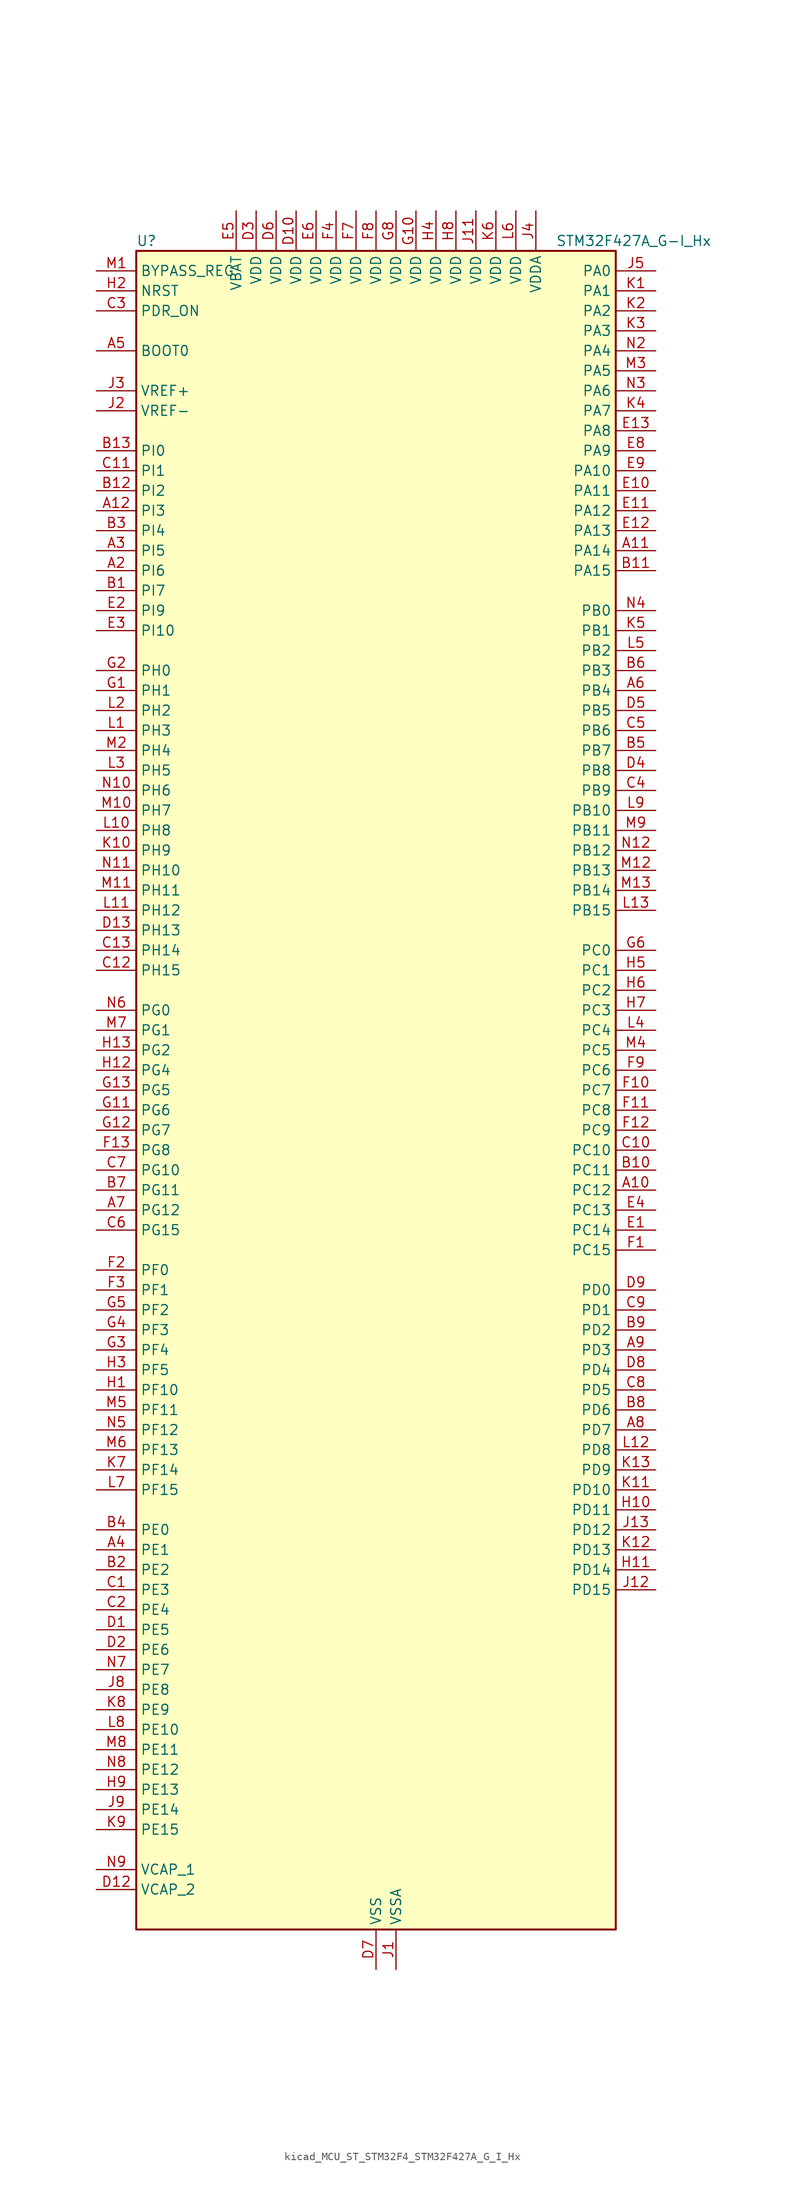
<source format=kicad_sym>
(kicad_symbol_lib
  (version 20220914)
  (generator kicad_symbol_editor)
  (symbol "kicad_MCU_ST_STM32F4_STM32F427A_G_I_Hx"
    (property "Reference" "U"
      (at -30.48 107.95 0)
      (effects (font (size 1.27 1.27)) (justify left)))
    (property "Value" "STM32F427A_G-I_Hx"
      (at 22.86 107.95 0)
      (effects (font (size 1.27 1.27)) (justify left)))
    (property "ki_locked" ""
      (at 0 0 0)
      (effects (font (size 1.27 1.27))))
    (symbol "kicad_MCU_ST_STM32F4_STM32F427A_G_I_Hx_0_1"
      (rectangle (start -30.48 -106.68) (end 30.48 106.68) (stroke (width 0.254) (type default)) (fill (type background))))
    (symbol "kicad_MCU_ST_STM32F4_STM32F427A_G_I_Hx_1_1"
      (pin no_connect line (at -30.48 -106.68 0) (length 5.08) hide (name "NC" (effects (font (size 1.27 1.27)))) (number "A1" (effects (font (size 1.27 1.27)))))
      (pin bidirectional line (at 35.56 -12.7 180) (length 5.08) (name "PC12" (effects (font (size 1.27 1.27)))) (number "A10" (effects (font (size 1.27 1.27)))) (alternate "DCMI_D9" bidirectional line) (alternate "I2S3_SD" bidirectional line) (alternate "SDIO_CK" bidirectional line) (alternate "SPI3_MOSI" bidirectional line) (alternate "UART5_TX" bidirectional line) (alternate "USART3_CK" bidirectional line))
      (pin bidirectional line (at 35.56 68.58 180) (length 5.08) (name "PA14" (effects (font (size 1.27 1.27)))) (number "A11" (effects (font (size 1.27 1.27)))) (alternate "SYS_JTCK-SWCLK" bidirectional line))
      (pin bidirectional line (at -35.56 73.66 0) (length 5.08) (name "PI3" (effects (font (size 1.27 1.27)))) (number "A12" (effects (font (size 1.27 1.27)))) (alternate "DCMI_D10" bidirectional line) (alternate "FMC_D27" bidirectional line) (alternate "I2S2_SD" bidirectional line) (alternate "SPI2_MOSI" bidirectional line) (alternate "TIM8_ETR" bidirectional line))
      (pin no_connect line (at -30.48 -104.14 0) (length 5.08) hide (name "NC" (effects (font (size 1.27 1.27)))) (number "A13" (effects (font (size 1.27 1.27)))))
      (pin bidirectional line (at -35.56 66.04 0) (length 5.08) (name "PI6" (effects (font (size 1.27 1.27)))) (number "A2" (effects (font (size 1.27 1.27)))) (alternate "DCMI_D6" bidirectional line) (alternate "FMC_D28" bidirectional line) (alternate "TIM8_CH2" bidirectional line))
      (pin bidirectional line (at -35.56 68.58 0) (length 5.08) (name "PI5" (effects (font (size 1.27 1.27)))) (number "A3" (effects (font (size 1.27 1.27)))) (alternate "DCMI_VSYNC" bidirectional line) (alternate "FMC_NBL3" bidirectional line) (alternate "TIM8_CH1" bidirectional line))
      (pin bidirectional line (at -35.56 -58.42 0) (length 5.08) (name "PE1" (effects (font (size 1.27 1.27)))) (number "A4" (effects (font (size 1.27 1.27)))) (alternate "DCMI_D3" bidirectional line) (alternate "FMC_NBL1" bidirectional line) (alternate "UART8_TX" bidirectional line))
      (pin input line (at -35.56 93.98 0) (length 5.08) (name "BOOT0" (effects (font (size 1.27 1.27)))) (number "A5" (effects (font (size 1.27 1.27)))))
      (pin bidirectional line (at 35.56 50.8 180) (length 5.08) (name "PB4" (effects (font (size 1.27 1.27)))) (number "A6" (effects (font (size 1.27 1.27)))) (alternate "I2S3_ext_SD" bidirectional line) (alternate "SPI1_MISO" bidirectional line) (alternate "SPI3_MISO" bidirectional line) (alternate "SYS_JTRST" bidirectional line) (alternate "TIM3_CH1" bidirectional line))
      (pin bidirectional line (at -35.56 -15.24 0) (length 5.08) (name "PG12" (effects (font (size 1.27 1.27)))) (number "A7" (effects (font (size 1.27 1.27)))) (alternate "FMC_NE4" bidirectional line) (alternate "USART6_RTS" bidirectional line))
      (pin bidirectional line (at 35.56 -43.18 180) (length 5.08) (name "PD7" (effects (font (size 1.27 1.27)))) (number "A8" (effects (font (size 1.27 1.27)))) (alternate "FMC_NCE2" bidirectional line) (alternate "FMC_NE1" bidirectional line) (alternate "USART2_CK" bidirectional line))
      (pin bidirectional line (at 35.56 -33.02 180) (length 5.08) (name "PD3" (effects (font (size 1.27 1.27)))) (number "A9" (effects (font (size 1.27 1.27)))) (alternate "DCMI_D5" bidirectional line) (alternate "FMC_CLK" bidirectional line) (alternate "I2S2_CK" bidirectional line) (alternate "SPI2_SCK" bidirectional line) (alternate "USART2_CTS" bidirectional line))
      (pin bidirectional line (at -35.56 63.5 0) (length 5.08) (name "PI7" (effects (font (size 1.27 1.27)))) (number "B1" (effects (font (size 1.27 1.27)))) (alternate "DCMI_D7" bidirectional line) (alternate "FMC_D29" bidirectional line) (alternate "TIM8_CH3" bidirectional line))
      (pin bidirectional line (at 35.56 -10.16 180) (length 5.08) (name "PC11" (effects (font (size 1.27 1.27)))) (number "B10" (effects (font (size 1.27 1.27)))) (alternate "ADC1_EXTI11" bidirectional line) (alternate "ADC2_EXTI11" bidirectional line) (alternate "ADC3_EXTI11" bidirectional line) (alternate "DCMI_D4" bidirectional line) (alternate "I2S3_ext_SD" bidirectional line) (alternate "SDIO_D3" bidirectional line) (alternate "SPI3_MISO" bidirectional line) (alternate "UART4_RX" bidirectional line) (alternate "USART3_RX" bidirectional line))
      (pin bidirectional line (at 35.56 66.04 180) (length 5.08) (name "PA15" (effects (font (size 1.27 1.27)))) (number "B11" (effects (font (size 1.27 1.27)))) (alternate "ADC1_EXTI15" bidirectional line) (alternate "ADC2_EXTI15" bidirectional line) (alternate "ADC3_EXTI15" bidirectional line) (alternate "I2S3_WS" bidirectional line) (alternate "SPI1_NSS" bidirectional line) (alternate "SPI3_NSS" bidirectional line) (alternate "SYS_JTDI" bidirectional line) (alternate "TIM2_CH1" bidirectional line) (alternate "TIM2_ETR" bidirectional line))
      (pin bidirectional line (at -35.56 76.2 0) (length 5.08) (name "PI2" (effects (font (size 1.27 1.27)))) (number "B12" (effects (font (size 1.27 1.27)))) (alternate "DCMI_D9" bidirectional line) (alternate "FMC_D26" bidirectional line) (alternate "I2S2_ext_SD" bidirectional line) (alternate "SPI2_MISO" bidirectional line) (alternate "TIM8_CH4" bidirectional line))
      (pin bidirectional line (at -35.56 81.28 0) (length 5.08) (name "PI0" (effects (font (size 1.27 1.27)))) (number "B13" (effects (font (size 1.27 1.27)))) (alternate "DCMI_D13" bidirectional line) (alternate "FMC_D24" bidirectional line) (alternate "I2S2_WS" bidirectional line) (alternate "SPI2_NSS" bidirectional line) (alternate "TIM5_CH4" bidirectional line))
      (pin bidirectional line (at -35.56 -60.96 0) (length 5.08) (name "PE2" (effects (font (size 1.27 1.27)))) (number "B2" (effects (font (size 1.27 1.27)))) (alternate "ETH_TXD3" bidirectional line) (alternate "FMC_A23" bidirectional line) (alternate "SAI1_MCLK_A" bidirectional line) (alternate "SPI4_SCK" bidirectional line) (alternate "SYS_TRACECLK" bidirectional line))
      (pin bidirectional line (at -35.56 71.12 0) (length 5.08) (name "PI4" (effects (font (size 1.27 1.27)))) (number "B3" (effects (font (size 1.27 1.27)))) (alternate "DCMI_D5" bidirectional line) (alternate "FMC_NBL2" bidirectional line) (alternate "TIM8_BKIN" bidirectional line))
      (pin bidirectional line (at -35.56 -55.88 0) (length 5.08) (name "PE0" (effects (font (size 1.27 1.27)))) (number "B4" (effects (font (size 1.27 1.27)))) (alternate "DCMI_D2" bidirectional line) (alternate "FMC_NBL0" bidirectional line) (alternate "TIM4_ETR" bidirectional line) (alternate "UART8_RX" bidirectional line))
      (pin bidirectional line (at 35.56 43.18 180) (length 5.08) (name "PB7" (effects (font (size 1.27 1.27)))) (number "B5" (effects (font (size 1.27 1.27)))) (alternate "DCMI_VSYNC" bidirectional line) (alternate "FMC_NL" bidirectional line) (alternate "I2C1_SDA" bidirectional line) (alternate "TIM4_CH2" bidirectional line) (alternate "USART1_RX" bidirectional line))
      (pin bidirectional line (at 35.56 53.34 180) (length 5.08) (name "PB3" (effects (font (size 1.27 1.27)))) (number "B6" (effects (font (size 1.27 1.27)))) (alternate "I2S3_CK" bidirectional line) (alternate "SPI1_SCK" bidirectional line) (alternate "SPI3_SCK" bidirectional line) (alternate "SYS_JTDO-SWO" bidirectional line) (alternate "TIM2_CH2" bidirectional line))
      (pin bidirectional line (at -35.56 -12.7 0) (length 5.08) (name "PG11" (effects (font (size 1.27 1.27)))) (number "B7" (effects (font (size 1.27 1.27)))) (alternate "ADC1_EXTI11" bidirectional line) (alternate "ADC2_EXTI11" bidirectional line) (alternate "ADC3_EXTI11" bidirectional line) (alternate "DCMI_D3" bidirectional line) (alternate "ETH_TX_EN" bidirectional line))
      (pin bidirectional line (at 35.56 -40.64 180) (length 5.08) (name "PD6" (effects (font (size 1.27 1.27)))) (number "B8" (effects (font (size 1.27 1.27)))) (alternate "DCMI_D10" bidirectional line) (alternate "FMC_NWAIT" bidirectional line) (alternate "I2S3_SD" bidirectional line) (alternate "SAI1_SD_A" bidirectional line) (alternate "SPI3_MOSI" bidirectional line) (alternate "USART2_RX" bidirectional line))
      (pin bidirectional line (at 35.56 -30.48 180) (length 5.08) (name "PD2" (effects (font (size 1.27 1.27)))) (number "B9" (effects (font (size 1.27 1.27)))) (alternate "DCMI_D11" bidirectional line) (alternate "SDIO_CMD" bidirectional line) (alternate "TIM3_ETR" bidirectional line) (alternate "UART5_RX" bidirectional line))
      (pin bidirectional line (at -35.56 -63.5 0) (length 5.08) (name "PE3" (effects (font (size 1.27 1.27)))) (number "C1" (effects (font (size 1.27 1.27)))) (alternate "FMC_A19" bidirectional line) (alternate "SAI1_SD_B" bidirectional line) (alternate "SYS_TRACED0" bidirectional line))
      (pin bidirectional line (at 35.56 -7.62 180) (length 5.08) (name "PC10" (effects (font (size 1.27 1.27)))) (number "C10" (effects (font (size 1.27 1.27)))) (alternate "DCMI_D8" bidirectional line) (alternate "I2S3_CK" bidirectional line) (alternate "SDIO_D2" bidirectional line) (alternate "SPI3_SCK" bidirectional line) (alternate "UART4_TX" bidirectional line) (alternate "USART3_TX" bidirectional line))
      (pin bidirectional line (at -35.56 78.74 0) (length 5.08) (name "PI1" (effects (font (size 1.27 1.27)))) (number "C11" (effects (font (size 1.27 1.27)))) (alternate "DCMI_D8" bidirectional line) (alternate "FMC_D25" bidirectional line) (alternate "I2S2_CK" bidirectional line) (alternate "SPI2_SCK" bidirectional line))
      (pin bidirectional line (at -35.56 15.24 0) (length 5.08) (name "PH15" (effects (font (size 1.27 1.27)))) (number "C12" (effects (font (size 1.27 1.27)))) (alternate "ADC1_EXTI15" bidirectional line) (alternate "ADC2_EXTI15" bidirectional line) (alternate "ADC3_EXTI15" bidirectional line) (alternate "DCMI_D11" bidirectional line) (alternate "FMC_D23" bidirectional line) (alternate "TIM8_CH3N" bidirectional line))
      (pin bidirectional line (at -35.56 17.78 0) (length 5.08) (name "PH14" (effects (font (size 1.27 1.27)))) (number "C13" (effects (font (size 1.27 1.27)))) (alternate "DCMI_D4" bidirectional line) (alternate "FMC_D22" bidirectional line) (alternate "TIM8_CH2N" bidirectional line))
      (pin bidirectional line (at -35.56 -66.04 0) (length 5.08) (name "PE4" (effects (font (size 1.27 1.27)))) (number "C2" (effects (font (size 1.27 1.27)))) (alternate "DCMI_D4" bidirectional line) (alternate "FMC_A20" bidirectional line) (alternate "SAI1_FS_A" bidirectional line) (alternate "SPI4_NSS" bidirectional line) (alternate "SYS_TRACED1" bidirectional line))
      (pin input line (at -35.56 99.06 0) (length 5.08) (name "PDR_ON" (effects (font (size 1.27 1.27)))) (number "C3" (effects (font (size 1.27 1.27)))))
      (pin bidirectional line (at 35.56 38.1 180) (length 5.08) (name "PB9" (effects (font (size 1.27 1.27)))) (number "C4" (effects (font (size 1.27 1.27)))) (alternate "CAN1_TX" bidirectional line) (alternate "DAC_EXTI9" bidirectional line) (alternate "DCMI_D7" bidirectional line) (alternate "I2C1_SDA" bidirectional line) (alternate "I2S2_WS" bidirectional line) (alternate "SDIO_D5" bidirectional line) (alternate "SPI2_NSS" bidirectional line) (alternate "TIM11_CH1" bidirectional line) (alternate "TIM4_CH4" bidirectional line))
      (pin bidirectional line (at 35.56 45.72 180) (length 5.08) (name "PB6" (effects (font (size 1.27 1.27)))) (number "C5" (effects (font (size 1.27 1.27)))) (alternate "CAN2_TX" bidirectional line) (alternate "DCMI_D5" bidirectional line) (alternate "FMC_SDNE1" bidirectional line) (alternate "I2C1_SCL" bidirectional line) (alternate "TIM4_CH1" bidirectional line) (alternate "USART1_TX" bidirectional line))
      (pin bidirectional line (at -35.56 -17.78 0) (length 5.08) (name "PG15" (effects (font (size 1.27 1.27)))) (number "C6" (effects (font (size 1.27 1.27)))) (alternate "ADC1_EXTI15" bidirectional line) (alternate "ADC2_EXTI15" bidirectional line) (alternate "ADC3_EXTI15" bidirectional line) (alternate "DCMI_D13" bidirectional line) (alternate "FMC_SDNCAS" bidirectional line) (alternate "USART6_CTS" bidirectional line))
      (pin bidirectional line (at -35.56 -10.16 0) (length 5.08) (name "PG10" (effects (font (size 1.27 1.27)))) (number "C7" (effects (font (size 1.27 1.27)))) (alternate "DCMI_D2" bidirectional line) (alternate "FMC_NE3" bidirectional line))
      (pin bidirectional line (at 35.56 -38.1 180) (length 5.08) (name "PD5" (effects (font (size 1.27 1.27)))) (number "C8" (effects (font (size 1.27 1.27)))) (alternate "FMC_NWE" bidirectional line) (alternate "USART2_TX" bidirectional line))
      (pin bidirectional line (at 35.56 -27.94 180) (length 5.08) (name "PD1" (effects (font (size 1.27 1.27)))) (number "C9" (effects (font (size 1.27 1.27)))) (alternate "CAN1_TX" bidirectional line) (alternate "FMC_D3" bidirectional line) (alternate "FMC_DA3" bidirectional line))
      (pin bidirectional line (at -35.56 -68.58 0) (length 5.08) (name "PE5" (effects (font (size 1.27 1.27)))) (number "D1" (effects (font (size 1.27 1.27)))) (alternate "DCMI_D6" bidirectional line) (alternate "FMC_A21" bidirectional line) (alternate "SAI1_SCK_A" bidirectional line) (alternate "SPI4_MISO" bidirectional line) (alternate "SYS_TRACED2" bidirectional line) (alternate "TIM9_CH1" bidirectional line))
      (pin power_in line (at -10.16 111.76 270) (length 5.08) (name "VDD" (effects (font (size 1.27 1.27)))) (number "D10" (effects (font (size 1.27 1.27)))))
      (pin passive line (at 0 -111.76 90) (length 5.08) hide (name "VSS" (effects (font (size 1.27 1.27)))) (number "D11" (effects (font (size 1.27 1.27)))))
      (pin power_out line (at -35.56 -101.6 0) (length 5.08) (name "VCAP_2" (effects (font (size 1.27 1.27)))) (number "D12" (effects (font (size 1.27 1.27)))))
      (pin bidirectional line (at -35.56 20.32 0) (length 5.08) (name "PH13" (effects (font (size 1.27 1.27)))) (number "D13" (effects (font (size 1.27 1.27)))) (alternate "CAN1_TX" bidirectional line) (alternate "FMC_D21" bidirectional line) (alternate "TIM8_CH1N" bidirectional line))
      (pin bidirectional line (at -35.56 -71.12 0) (length 5.08) (name "PE6" (effects (font (size 1.27 1.27)))) (number "D2" (effects (font (size 1.27 1.27)))) (alternate "DCMI_D7" bidirectional line) (alternate "FMC_A22" bidirectional line) (alternate "SAI1_SD_A" bidirectional line) (alternate "SPI4_MOSI" bidirectional line) (alternate "SYS_TRACED3" bidirectional line) (alternate "TIM9_CH2" bidirectional line))
      (pin power_in line (at -15.24 111.76 270) (length 5.08) (name "VDD" (effects (font (size 1.27 1.27)))) (number "D3" (effects (font (size 1.27 1.27)))))
      (pin bidirectional line (at 35.56 40.64 180) (length 5.08) (name "PB8" (effects (font (size 1.27 1.27)))) (number "D4" (effects (font (size 1.27 1.27)))) (alternate "CAN1_RX" bidirectional line) (alternate "DCMI_D6" bidirectional line) (alternate "ETH_TXD3" bidirectional line) (alternate "I2C1_SCL" bidirectional line) (alternate "SDIO_D4" bidirectional line) (alternate "TIM10_CH1" bidirectional line) (alternate "TIM4_CH3" bidirectional line))
      (pin bidirectional line (at 35.56 48.26 180) (length 5.08) (name "PB5" (effects (font (size 1.27 1.27)))) (number "D5" (effects (font (size 1.27 1.27)))) (alternate "CAN2_RX" bidirectional line) (alternate "DCMI_D10" bidirectional line) (alternate "ETH_PPS_OUT" bidirectional line) (alternate "FMC_SDCKE1" bidirectional line) (alternate "I2C1_SMBA" bidirectional line) (alternate "I2S3_SD" bidirectional line) (alternate "SPI1_MOSI" bidirectional line) (alternate "SPI3_MOSI" bidirectional line) (alternate "TIM3_CH2" bidirectional line) (alternate "USB_OTG_HS_ULPI_D7" bidirectional line))
      (pin power_in line (at -12.7 111.76 270) (length 5.08) (name "VDD" (effects (font (size 1.27 1.27)))) (number "D6" (effects (font (size 1.27 1.27)))))
      (pin power_in line (at 0 -111.76 90) (length 5.08) (name "VSS" (effects (font (size 1.27 1.27)))) (number "D7" (effects (font (size 1.27 1.27)))))
      (pin bidirectional line (at 35.56 -35.56 180) (length 5.08) (name "PD4" (effects (font (size 1.27 1.27)))) (number "D8" (effects (font (size 1.27 1.27)))) (alternate "FMC_NOE" bidirectional line) (alternate "USART2_RTS" bidirectional line))
      (pin bidirectional line (at 35.56 -25.4 180) (length 5.08) (name "PD0" (effects (font (size 1.27 1.27)))) (number "D9" (effects (font (size 1.27 1.27)))) (alternate "CAN1_RX" bidirectional line) (alternate "FMC_D2" bidirectional line) (alternate "FMC_DA2" bidirectional line))
      (pin bidirectional line (at 35.56 -17.78 180) (length 5.08) (name "PC14" (effects (font (size 1.27 1.27)))) (number "E1" (effects (font (size 1.27 1.27)))) (alternate "RCC_OSC32_IN" bidirectional line))
      (pin bidirectional line (at 35.56 76.2 180) (length 5.08) (name "PA11" (effects (font (size 1.27 1.27)))) (number "E10" (effects (font (size 1.27 1.27)))) (alternate "ADC1_EXTI11" bidirectional line) (alternate "ADC2_EXTI11" bidirectional line) (alternate "ADC3_EXTI11" bidirectional line) (alternate "CAN1_RX" bidirectional line) (alternate "TIM1_CH4" bidirectional line) (alternate "USART1_CTS" bidirectional line) (alternate "USB_OTG_FS_DM" bidirectional line))
      (pin bidirectional line (at 35.56 73.66 180) (length 5.08) (name "PA12" (effects (font (size 1.27 1.27)))) (number "E11" (effects (font (size 1.27 1.27)))) (alternate "CAN1_TX" bidirectional line) (alternate "TIM1_ETR" bidirectional line) (alternate "USART1_RTS" bidirectional line) (alternate "USB_OTG_FS_DP" bidirectional line))
      (pin bidirectional line (at 35.56 71.12 180) (length 5.08) (name "PA13" (effects (font (size 1.27 1.27)))) (number "E12" (effects (font (size 1.27 1.27)))) (alternate "SYS_JTMS-SWDIO" bidirectional line))
      (pin bidirectional line (at 35.56 83.82 180) (length 5.08) (name "PA8" (effects (font (size 1.27 1.27)))) (number "E13" (effects (font (size 1.27 1.27)))) (alternate "I2C3_SCL" bidirectional line) (alternate "RCC_MCO_1" bidirectional line) (alternate "TIM1_CH1" bidirectional line) (alternate "USART1_CK" bidirectional line) (alternate "USB_OTG_FS_SOF" bidirectional line))
      (pin bidirectional line (at -35.56 60.96 0) (length 5.08) (name "PI9" (effects (font (size 1.27 1.27)))) (number "E2" (effects (font (size 1.27 1.27)))) (alternate "CAN1_RX" bidirectional line) (alternate "DAC_EXTI9" bidirectional line) (alternate "FMC_D30" bidirectional line))
      (pin bidirectional line (at -35.56 58.42 0) (length 5.08) (name "PI10" (effects (font (size 1.27 1.27)))) (number "E3" (effects (font (size 1.27 1.27)))) (alternate "ETH_RX_ER" bidirectional line) (alternate "FMC_D31" bidirectional line))
      (pin bidirectional line (at 35.56 -15.24 180) (length 5.08) (name "PC13" (effects (font (size 1.27 1.27)))) (number "E4" (effects (font (size 1.27 1.27)))) (alternate "RTC_AF1" bidirectional line))
      (pin power_in line (at -17.78 111.76 270) (length 5.08) (name "VBAT" (effects (font (size 1.27 1.27)))) (number "E5" (effects (font (size 1.27 1.27)))))
      (pin power_in line (at -7.62 111.76 270) (length 5.08) (name "VDD" (effects (font (size 1.27 1.27)))) (number "E6" (effects (font (size 1.27 1.27)))))
      (pin passive line (at 0 -111.76 90) (length 5.08) hide (name "VSS" (effects (font (size 1.27 1.27)))) (number "E7" (effects (font (size 1.27 1.27)))))
      (pin bidirectional line (at 35.56 81.28 180) (length 5.08) (name "PA9" (effects (font (size 1.27 1.27)))) (number "E8" (effects (font (size 1.27 1.27)))) (alternate "DAC_EXTI9" bidirectional line) (alternate "DCMI_D0" bidirectional line) (alternate "I2C3_SMBA" bidirectional line) (alternate "TIM1_CH2" bidirectional line) (alternate "USART1_TX" bidirectional line) (alternate "USB_OTG_FS_VBUS" bidirectional line))
      (pin bidirectional line (at 35.56 78.74 180) (length 5.08) (name "PA10" (effects (font (size 1.27 1.27)))) (number "E9" (effects (font (size 1.27 1.27)))) (alternate "DCMI_D1" bidirectional line) (alternate "TIM1_CH3" bidirectional line) (alternate "USART1_RX" bidirectional line) (alternate "USB_OTG_FS_ID" bidirectional line))
      (pin bidirectional line (at 35.56 -20.32 180) (length 5.08) (name "PC15" (effects (font (size 1.27 1.27)))) (number "F1" (effects (font (size 1.27 1.27)))) (alternate "ADC1_EXTI15" bidirectional line) (alternate "ADC2_EXTI15" bidirectional line) (alternate "ADC3_EXTI15" bidirectional line) (alternate "RCC_OSC32_OUT" bidirectional line))
      (pin bidirectional line (at 35.56 0 180) (length 5.08) (name "PC7" (effects (font (size 1.27 1.27)))) (number "F10" (effects (font (size 1.27 1.27)))) (alternate "DCMI_D1" bidirectional line) (alternate "I2S3_MCK" bidirectional line) (alternate "SDIO_D7" bidirectional line) (alternate "TIM3_CH2" bidirectional line) (alternate "TIM8_CH2" bidirectional line) (alternate "USART6_RX" bidirectional line))
      (pin bidirectional line (at 35.56 -2.54 180) (length 5.08) (name "PC8" (effects (font (size 1.27 1.27)))) (number "F11" (effects (font (size 1.27 1.27)))) (alternate "DCMI_D2" bidirectional line) (alternate "SDIO_D0" bidirectional line) (alternate "TIM3_CH3" bidirectional line) (alternate "TIM8_CH3" bidirectional line) (alternate "USART6_CK" bidirectional line))
      (pin bidirectional line (at 35.56 -5.08 180) (length 5.08) (name "PC9" (effects (font (size 1.27 1.27)))) (number "F12" (effects (font (size 1.27 1.27)))) (alternate "DAC_EXTI9" bidirectional line) (alternate "DCMI_D3" bidirectional line) (alternate "I2C3_SDA" bidirectional line) (alternate "I2S_CKIN" bidirectional line) (alternate "RCC_MCO_2" bidirectional line) (alternate "SDIO_D1" bidirectional line) (alternate "TIM3_CH4" bidirectional line) (alternate "TIM8_CH4" bidirectional line))
      (pin bidirectional line (at -35.56 -7.62 0) (length 5.08) (name "PG8" (effects (font (size 1.27 1.27)))) (number "F13" (effects (font (size 1.27 1.27)))) (alternate "ETH_PPS_OUT" bidirectional line) (alternate "FMC_SDCLK" bidirectional line) (alternate "USART6_RTS" bidirectional line))
      (pin bidirectional line (at -35.56 -22.86 0) (length 5.08) (name "PF0" (effects (font (size 1.27 1.27)))) (number "F2" (effects (font (size 1.27 1.27)))) (alternate "FMC_A0" bidirectional line) (alternate "I2C2_SDA" bidirectional line))
      (pin bidirectional line (at -35.56 -25.4 0) (length 5.08) (name "PF1" (effects (font (size 1.27 1.27)))) (number "F3" (effects (font (size 1.27 1.27)))) (alternate "FMC_A1" bidirectional line) (alternate "I2C2_SCL" bidirectional line))
      (pin power_in line (at -5.08 111.76 270) (length 5.08) (name "VDD" (effects (font (size 1.27 1.27)))) (number "F4" (effects (font (size 1.27 1.27)))))
      (pin passive line (at 0 -111.76 90) (length 5.08) hide (name "VSS" (effects (font (size 1.27 1.27)))) (number "F5" (effects (font (size 1.27 1.27)))))
      (pin passive line (at 0 -111.76 90) (length 5.08) hide (name "VSS" (effects (font (size 1.27 1.27)))) (number "F6" (effects (font (size 1.27 1.27)))))
      (pin power_in line (at -2.54 111.76 270) (length 5.08) (name "VDD" (effects (font (size 1.27 1.27)))) (number "F7" (effects (font (size 1.27 1.27)))))
      (pin power_in line (at 0 111.76 270) (length 5.08) (name "VDD" (effects (font (size 1.27 1.27)))) (number "F8" (effects (font (size 1.27 1.27)))))
      (pin bidirectional line (at 35.56 2.54 180) (length 5.08) (name "PC6" (effects (font (size 1.27 1.27)))) (number "F9" (effects (font (size 1.27 1.27)))) (alternate "DCMI_D0" bidirectional line) (alternate "I2S2_MCK" bidirectional line) (alternate "SDIO_D6" bidirectional line) (alternate "TIM3_CH1" bidirectional line) (alternate "TIM8_CH1" bidirectional line) (alternate "USART6_TX" bidirectional line))
      (pin bidirectional line (at -35.56 50.8 0) (length 5.08) (name "PH1" (effects (font (size 1.27 1.27)))) (number "G1" (effects (font (size 1.27 1.27)))) (alternate "RCC_OSC_OUT" bidirectional line))
      (pin power_in line (at 5.08 111.76 270) (length 5.08) (name "VDD" (effects (font (size 1.27 1.27)))) (number "G10" (effects (font (size 1.27 1.27)))))
      (pin bidirectional line (at -35.56 -2.54 0) (length 5.08) (name "PG6" (effects (font (size 1.27 1.27)))) (number "G11" (effects (font (size 1.27 1.27)))) (alternate "DCMI_D12" bidirectional line) (alternate "FMC_INT2" bidirectional line))
      (pin bidirectional line (at -35.56 -5.08 0) (length 5.08) (name "PG7" (effects (font (size 1.27 1.27)))) (number "G12" (effects (font (size 1.27 1.27)))) (alternate "DCMI_D13" bidirectional line) (alternate "USART6_CK" bidirectional line))
      (pin bidirectional line (at -35.56 0 0) (length 5.08) (name "PG5" (effects (font (size 1.27 1.27)))) (number "G13" (effects (font (size 1.27 1.27)))) (alternate "FMC_A15" bidirectional line) (alternate "FMC_BA1" bidirectional line))
      (pin bidirectional line (at -35.56 53.34 0) (length 5.08) (name "PH0" (effects (font (size 1.27 1.27)))) (number "G2" (effects (font (size 1.27 1.27)))) (alternate "RCC_OSC_IN" bidirectional line))
      (pin bidirectional line (at -35.56 -33.02 0) (length 5.08) (name "PF4" (effects (font (size 1.27 1.27)))) (number "G3" (effects (font (size 1.27 1.27)))) (alternate "ADC3_IN14" bidirectional line) (alternate "FMC_A4" bidirectional line))
      (pin bidirectional line (at -35.56 -30.48 0) (length 5.08) (name "PF3" (effects (font (size 1.27 1.27)))) (number "G4" (effects (font (size 1.27 1.27)))) (alternate "ADC3_IN9" bidirectional line) (alternate "FMC_A3" bidirectional line))
      (pin bidirectional line (at -35.56 -27.94 0) (length 5.08) (name "PF2" (effects (font (size 1.27 1.27)))) (number "G5" (effects (font (size 1.27 1.27)))) (alternate "FMC_A2" bidirectional line) (alternate "I2C2_SMBA" bidirectional line))
      (pin bidirectional line (at 35.56 17.78 180) (length 5.08) (name "PC0" (effects (font (size 1.27 1.27)))) (number "G6" (effects (font (size 1.27 1.27)))) (alternate "ADC1_IN10" bidirectional line) (alternate "ADC2_IN10" bidirectional line) (alternate "ADC3_IN10" bidirectional line) (alternate "FMC_SDNWE" bidirectional line) (alternate "USB_OTG_HS_ULPI_STP" bidirectional line))
      (pin passive line (at 0 -111.76 90) (length 5.08) hide (name "VSS" (effects (font (size 1.27 1.27)))) (number "G7" (effects (font (size 1.27 1.27)))))
      (pin power_in line (at 2.54 111.76 270) (length 5.08) (name "VDD" (effects (font (size 1.27 1.27)))) (number "G8" (effects (font (size 1.27 1.27)))))
      (pin passive line (at 0 -111.76 90) (length 5.08) hide (name "VSS" (effects (font (size 1.27 1.27)))) (number "G9" (effects (font (size 1.27 1.27)))))
      (pin bidirectional line (at -35.56 -38.1 0) (length 5.08) (name "PF10" (effects (font (size 1.27 1.27)))) (number "H1" (effects (font (size 1.27 1.27)))) (alternate "ADC3_IN8" bidirectional line) (alternate "DCMI_D11" bidirectional line))
      (pin bidirectional line (at 35.56 -53.34 180) (length 5.08) (name "PD11" (effects (font (size 1.27 1.27)))) (number "H10" (effects (font (size 1.27 1.27)))) (alternate "ADC1_EXTI11" bidirectional line) (alternate "ADC2_EXTI11" bidirectional line) (alternate "ADC3_EXTI11" bidirectional line) (alternate "FMC_A16" bidirectional line) (alternate "FMC_CLE" bidirectional line) (alternate "USART3_CTS" bidirectional line))
      (pin bidirectional line (at 35.56 -60.96 180) (length 5.08) (name "PD14" (effects (font (size 1.27 1.27)))) (number "H11" (effects (font (size 1.27 1.27)))) (alternate "FMC_D0" bidirectional line) (alternate "FMC_DA0" bidirectional line) (alternate "TIM4_CH3" bidirectional line))
      (pin bidirectional line (at -35.56 2.54 0) (length 5.08) (name "PG4" (effects (font (size 1.27 1.27)))) (number "H12" (effects (font (size 1.27 1.27)))) (alternate "FMC_A14" bidirectional line) (alternate "FMC_BA0" bidirectional line))
      (pin bidirectional line (at -35.56 5.08 0) (length 5.08) (name "PG2" (effects (font (size 1.27 1.27)))) (number "H13" (effects (font (size 1.27 1.27)))) (alternate "FMC_A12" bidirectional line))
      (pin input line (at -35.56 101.6 0) (length 5.08) (name "NRST" (effects (font (size 1.27 1.27)))) (number "H2" (effects (font (size 1.27 1.27)))))
      (pin bidirectional line (at -35.56 -35.56 0) (length 5.08) (name "PF5" (effects (font (size 1.27 1.27)))) (number "H3" (effects (font (size 1.27 1.27)))) (alternate "ADC3_IN15" bidirectional line) (alternate "FMC_A5" bidirectional line))
      (pin power_in line (at 7.62 111.76 270) (length 5.08) (name "VDD" (effects (font (size 1.27 1.27)))) (number "H4" (effects (font (size 1.27 1.27)))))
      (pin bidirectional line (at 35.56 15.24 180) (length 5.08) (name "PC1" (effects (font (size 1.27 1.27)))) (number "H5" (effects (font (size 1.27 1.27)))) (alternate "ADC1_IN11" bidirectional line) (alternate "ADC2_IN11" bidirectional line) (alternate "ADC3_IN11" bidirectional line) (alternate "ETH_MDC" bidirectional line))
      (pin bidirectional line (at 35.56 12.7 180) (length 5.08) (name "PC2" (effects (font (size 1.27 1.27)))) (number "H6" (effects (font (size 1.27 1.27)))) (alternate "ADC1_IN12" bidirectional line) (alternate "ADC2_IN12" bidirectional line) (alternate "ADC3_IN12" bidirectional line) (alternate "ETH_TXD2" bidirectional line) (alternate "FMC_SDNE0" bidirectional line) (alternate "I2S2_ext_SD" bidirectional line) (alternate "SPI2_MISO" bidirectional line) (alternate "USB_OTG_HS_ULPI_DIR" bidirectional line))
      (pin bidirectional line (at 35.56 10.16 180) (length 5.08) (name "PC3" (effects (font (size 1.27 1.27)))) (number "H7" (effects (font (size 1.27 1.27)))) (alternate "ADC1_IN13" bidirectional line) (alternate "ADC2_IN13" bidirectional line) (alternate "ADC3_IN13" bidirectional line) (alternate "ETH_TX_CLK" bidirectional line) (alternate "FMC_SDCKE0" bidirectional line) (alternate "I2S2_SD" bidirectional line) (alternate "SPI2_MOSI" bidirectional line) (alternate "USB_OTG_HS_ULPI_NXT" bidirectional line))
      (pin power_in line (at 10.16 111.76 270) (length 5.08) (name "VDD" (effects (font (size 1.27 1.27)))) (number "H8" (effects (font (size 1.27 1.27)))))
      (pin bidirectional line (at -35.56 -88.9 0) (length 5.08) (name "PE13" (effects (font (size 1.27 1.27)))) (number "H9" (effects (font (size 1.27 1.27)))) (alternate "FMC_D10" bidirectional line) (alternate "FMC_DA10" bidirectional line) (alternate "SPI4_MISO" bidirectional line) (alternate "TIM1_CH3" bidirectional line))
      (pin power_in line (at 2.54 -111.76 90) (length 5.08) (name "VSSA" (effects (font (size 1.27 1.27)))) (number "J1" (effects (font (size 1.27 1.27)))))
      (pin passive line (at 0 -111.76 90) (length 5.08) hide (name "VSS" (effects (font (size 1.27 1.27)))) (number "J10" (effects (font (size 1.27 1.27)))))
      (pin power_in line (at 12.7 111.76 270) (length 5.08) (name "VDD" (effects (font (size 1.27 1.27)))) (number "J11" (effects (font (size 1.27 1.27)))))
      (pin bidirectional line (at 35.56 -63.5 180) (length 5.08) (name "PD15" (effects (font (size 1.27 1.27)))) (number "J12" (effects (font (size 1.27 1.27)))) (alternate "ADC1_EXTI15" bidirectional line) (alternate "ADC2_EXTI15" bidirectional line) (alternate "ADC3_EXTI15" bidirectional line) (alternate "FMC_D1" bidirectional line) (alternate "FMC_DA1" bidirectional line) (alternate "TIM4_CH4" bidirectional line))
      (pin bidirectional line (at 35.56 -55.88 180) (length 5.08) (name "PD12" (effects (font (size 1.27 1.27)))) (number "J13" (effects (font (size 1.27 1.27)))) (alternate "FMC_A17" bidirectional line) (alternate "FMC_ALE" bidirectional line) (alternate "TIM4_CH1" bidirectional line) (alternate "USART3_RTS" bidirectional line))
      (pin input line (at -35.56 86.36 0) (length 5.08) (name "VREF-" (effects (font (size 1.27 1.27)))) (number "J2" (effects (font (size 1.27 1.27)))))
      (pin input line (at -35.56 88.9 0) (length 5.08) (name "VREF+" (effects (font (size 1.27 1.27)))) (number "J3" (effects (font (size 1.27 1.27)))))
      (pin power_in line (at 20.32 111.76 270) (length 5.08) (name "VDDA" (effects (font (size 1.27 1.27)))) (number "J4" (effects (font (size 1.27 1.27)))))
      (pin bidirectional line (at 35.56 104.14 180) (length 5.08) (name "PA0" (effects (font (size 1.27 1.27)))) (number "J5" (effects (font (size 1.27 1.27)))) (alternate "ADC1_IN0" bidirectional line) (alternate "ADC2_IN0" bidirectional line) (alternate "ADC3_IN0" bidirectional line) (alternate "ETH_CRS" bidirectional line) (alternate "SYS_WKUP" bidirectional line) (alternate "TIM2_CH1" bidirectional line) (alternate "TIM2_ETR" bidirectional line) (alternate "TIM5_CH1" bidirectional line) (alternate "TIM8_ETR" bidirectional line) (alternate "UART4_TX" bidirectional line) (alternate "USART2_CTS" bidirectional line))
      (pin passive line (at 0 -111.76 90) (length 5.08) hide (name "VSS" (effects (font (size 1.27 1.27)))) (number "J6" (effects (font (size 1.27 1.27)))))
      (pin passive line (at 0 -111.76 90) (length 5.08) hide (name "VSS" (effects (font (size 1.27 1.27)))) (number "J7" (effects (font (size 1.27 1.27)))))
      (pin bidirectional line (at -35.56 -76.2 0) (length 5.08) (name "PE8" (effects (font (size 1.27 1.27)))) (number "J8" (effects (font (size 1.27 1.27)))) (alternate "FMC_D5" bidirectional line) (alternate "FMC_DA5" bidirectional line) (alternate "TIM1_CH1N" bidirectional line) (alternate "UART7_TX" bidirectional line))
      (pin bidirectional line (at -35.56 -91.44 0) (length 5.08) (name "PE14" (effects (font (size 1.27 1.27)))) (number "J9" (effects (font (size 1.27 1.27)))) (alternate "FMC_D11" bidirectional line) (alternate "FMC_DA11" bidirectional line) (alternate "SPI4_MOSI" bidirectional line) (alternate "TIM1_CH4" bidirectional line))
      (pin bidirectional line (at 35.56 101.6 180) (length 5.08) (name "PA1" (effects (font (size 1.27 1.27)))) (number "K1" (effects (font (size 1.27 1.27)))) (alternate "ADC1_IN1" bidirectional line) (alternate "ADC2_IN1" bidirectional line) (alternate "ADC3_IN1" bidirectional line) (alternate "ETH_REF_CLK" bidirectional line) (alternate "ETH_RX_CLK" bidirectional line) (alternate "TIM2_CH2" bidirectional line) (alternate "TIM5_CH2" bidirectional line) (alternate "UART4_RX" bidirectional line) (alternate "USART2_RTS" bidirectional line))
      (pin bidirectional line (at -35.56 30.48 0) (length 5.08) (name "PH9" (effects (font (size 1.27 1.27)))) (number "K10" (effects (font (size 1.27 1.27)))) (alternate "DAC_EXTI9" bidirectional line) (alternate "DCMI_D0" bidirectional line) (alternate "FMC_D17" bidirectional line) (alternate "I2C3_SMBA" bidirectional line) (alternate "TIM12_CH2" bidirectional line))
      (pin bidirectional line (at 35.56 -50.8 180) (length 5.08) (name "PD10" (effects (font (size 1.27 1.27)))) (number "K11" (effects (font (size 1.27 1.27)))) (alternate "FMC_D15" bidirectional line) (alternate "FMC_DA15" bidirectional line) (alternate "USART3_CK" bidirectional line))
      (pin bidirectional line (at 35.56 -58.42 180) (length 5.08) (name "PD13" (effects (font (size 1.27 1.27)))) (number "K12" (effects (font (size 1.27 1.27)))) (alternate "FMC_A18" bidirectional line) (alternate "TIM4_CH2" bidirectional line))
      (pin bidirectional line (at 35.56 -48.26 180) (length 5.08) (name "PD9" (effects (font (size 1.27 1.27)))) (number "K13" (effects (font (size 1.27 1.27)))) (alternate "DAC_EXTI9" bidirectional line) (alternate "FMC_D14" bidirectional line) (alternate "FMC_DA14" bidirectional line) (alternate "USART3_RX" bidirectional line))
      (pin bidirectional line (at 35.56 99.06 180) (length 5.08) (name "PA2" (effects (font (size 1.27 1.27)))) (number "K2" (effects (font (size 1.27 1.27)))) (alternate "ADC1_IN2" bidirectional line) (alternate "ADC2_IN2" bidirectional line) (alternate "ADC3_IN2" bidirectional line) (alternate "ETH_MDIO" bidirectional line) (alternate "TIM2_CH3" bidirectional line) (alternate "TIM5_CH3" bidirectional line) (alternate "TIM9_CH1" bidirectional line) (alternate "USART2_TX" bidirectional line))
      (pin bidirectional line (at 35.56 96.52 180) (length 5.08) (name "PA3" (effects (font (size 1.27 1.27)))) (number "K3" (effects (font (size 1.27 1.27)))) (alternate "ADC1_IN3" bidirectional line) (alternate "ADC2_IN3" bidirectional line) (alternate "ADC3_IN3" bidirectional line) (alternate "ETH_COL" bidirectional line) (alternate "TIM2_CH4" bidirectional line) (alternate "TIM5_CH4" bidirectional line) (alternate "TIM9_CH2" bidirectional line) (alternate "USART2_RX" bidirectional line) (alternate "USB_OTG_HS_ULPI_D0" bidirectional line))
      (pin bidirectional line (at 35.56 86.36 180) (length 5.08) (name "PA7" (effects (font (size 1.27 1.27)))) (number "K4" (effects (font (size 1.27 1.27)))) (alternate "ADC1_IN7" bidirectional line) (alternate "ADC2_IN7" bidirectional line) (alternate "ETH_CRS_DV" bidirectional line) (alternate "ETH_RX_DV" bidirectional line) (alternate "SPI1_MOSI" bidirectional line) (alternate "TIM14_CH1" bidirectional line) (alternate "TIM1_CH1N" bidirectional line) (alternate "TIM3_CH2" bidirectional line) (alternate "TIM8_CH1N" bidirectional line))
      (pin bidirectional line (at 35.56 58.42 180) (length 5.08) (name "PB1" (effects (font (size 1.27 1.27)))) (number "K5" (effects (font (size 1.27 1.27)))) (alternate "ADC1_IN9" bidirectional line) (alternate "ADC2_IN9" bidirectional line) (alternate "ETH_RXD3" bidirectional line) (alternate "TIM1_CH3N" bidirectional line) (alternate "TIM3_CH4" bidirectional line) (alternate "TIM8_CH3N" bidirectional line) (alternate "USB_OTG_HS_ULPI_D2" bidirectional line))
      (pin power_in line (at 15.24 111.76 270) (length 5.08) (name "VDD" (effects (font (size 1.27 1.27)))) (number "K6" (effects (font (size 1.27 1.27)))))
      (pin bidirectional line (at -35.56 -48.26 0) (length 5.08) (name "PF14" (effects (font (size 1.27 1.27)))) (number "K7" (effects (font (size 1.27 1.27)))) (alternate "FMC_A8" bidirectional line))
      (pin bidirectional line (at -35.56 -78.74 0) (length 5.08) (name "PE9" (effects (font (size 1.27 1.27)))) (number "K8" (effects (font (size 1.27 1.27)))) (alternate "DAC_EXTI9" bidirectional line) (alternate "FMC_D6" bidirectional line) (alternate "FMC_DA6" bidirectional line) (alternate "TIM1_CH1" bidirectional line))
      (pin bidirectional line (at -35.56 -93.98 0) (length 5.08) (name "PE15" (effects (font (size 1.27 1.27)))) (number "K9" (effects (font (size 1.27 1.27)))) (alternate "ADC1_EXTI15" bidirectional line) (alternate "ADC2_EXTI15" bidirectional line) (alternate "ADC3_EXTI15" bidirectional line) (alternate "FMC_D12" bidirectional line) (alternate "FMC_DA12" bidirectional line) (alternate "TIM1_BKIN" bidirectional line))
      (pin bidirectional line (at -35.56 45.72 0) (length 5.08) (name "PH3" (effects (font (size 1.27 1.27)))) (number "L1" (effects (font (size 1.27 1.27)))) (alternate "ETH_COL" bidirectional line) (alternate "FMC_SDNE0" bidirectional line))
      (pin bidirectional line (at -35.56 33.02 0) (length 5.08) (name "PH8" (effects (font (size 1.27 1.27)))) (number "L10" (effects (font (size 1.27 1.27)))) (alternate "DCMI_HSYNC" bidirectional line) (alternate "FMC_D16" bidirectional line) (alternate "I2C3_SDA" bidirectional line))
      (pin bidirectional line (at -35.56 22.86 0) (length 5.08) (name "PH12" (effects (font (size 1.27 1.27)))) (number "L11" (effects (font (size 1.27 1.27)))) (alternate "DCMI_D3" bidirectional line) (alternate "FMC_D20" bidirectional line) (alternate "TIM5_CH3" bidirectional line))
      (pin bidirectional line (at 35.56 -45.72 180) (length 5.08) (name "PD8" (effects (font (size 1.27 1.27)))) (number "L12" (effects (font (size 1.27 1.27)))) (alternate "FMC_D13" bidirectional line) (alternate "FMC_DA13" bidirectional line) (alternate "USART3_TX" bidirectional line))
      (pin bidirectional line (at 35.56 22.86 180) (length 5.08) (name "PB15" (effects (font (size 1.27 1.27)))) (number "L13" (effects (font (size 1.27 1.27)))) (alternate "ADC1_EXTI15" bidirectional line) (alternate "ADC2_EXTI15" bidirectional line) (alternate "ADC3_EXTI15" bidirectional line) (alternate "I2S2_SD" bidirectional line) (alternate "RTC_REFIN" bidirectional line) (alternate "SPI2_MOSI" bidirectional line) (alternate "TIM12_CH2" bidirectional line) (alternate "TIM1_CH3N" bidirectional line) (alternate "TIM8_CH3N" bidirectional line) (alternate "USB_OTG_HS_DP" bidirectional line))
      (pin bidirectional line (at -35.56 48.26 0) (length 5.08) (name "PH2" (effects (font (size 1.27 1.27)))) (number "L2" (effects (font (size 1.27 1.27)))) (alternate "ETH_CRS" bidirectional line) (alternate "FMC_SDCKE0" bidirectional line))
      (pin bidirectional line (at -35.56 40.64 0) (length 5.08) (name "PH5" (effects (font (size 1.27 1.27)))) (number "L3" (effects (font (size 1.27 1.27)))) (alternate "FMC_SDNWE" bidirectional line) (alternate "I2C2_SDA" bidirectional line) (alternate "SPI5_NSS" bidirectional line))
      (pin bidirectional line (at 35.56 7.62 180) (length 5.08) (name "PC4" (effects (font (size 1.27 1.27)))) (number "L4" (effects (font (size 1.27 1.27)))) (alternate "ADC1_IN14" bidirectional line) (alternate "ADC2_IN14" bidirectional line) (alternate "ETH_RXD0" bidirectional line))
      (pin bidirectional line (at 35.56 55.88 180) (length 5.08) (name "PB2" (effects (font (size 1.27 1.27)))) (number "L5" (effects (font (size 1.27 1.27)))))
      (pin power_in line (at 17.78 111.76 270) (length 5.08) (name "VDD" (effects (font (size 1.27 1.27)))) (number "L6" (effects (font (size 1.27 1.27)))))
      (pin bidirectional line (at -35.56 -50.8 0) (length 5.08) (name "PF15" (effects (font (size 1.27 1.27)))) (number "L7" (effects (font (size 1.27 1.27)))) (alternate "ADC1_EXTI15" bidirectional line) (alternate "ADC2_EXTI15" bidirectional line) (alternate "ADC3_EXTI15" bidirectional line) (alternate "FMC_A9" bidirectional line))
      (pin bidirectional line (at -35.56 -81.28 0) (length 5.08) (name "PE10" (effects (font (size 1.27 1.27)))) (number "L8" (effects (font (size 1.27 1.27)))) (alternate "FMC_D7" bidirectional line) (alternate "FMC_DA7" bidirectional line) (alternate "TIM1_CH2N" bidirectional line))
      (pin bidirectional line (at 35.56 35.56 180) (length 5.08) (name "PB10" (effects (font (size 1.27 1.27)))) (number "L9" (effects (font (size 1.27 1.27)))) (alternate "ETH_RX_ER" bidirectional line) (alternate "I2C2_SCL" bidirectional line) (alternate "I2S2_CK" bidirectional line) (alternate "SPI2_SCK" bidirectional line) (alternate "TIM2_CH3" bidirectional line) (alternate "USART3_TX" bidirectional line) (alternate "USB_OTG_HS_ULPI_D3" bidirectional line))
      (pin input line (at -35.56 104.14 0) (length 5.08) (name "BYPASS_REG" (effects (font (size 1.27 1.27)))) (number "M1" (effects (font (size 1.27 1.27)))))
      (pin bidirectional line (at -35.56 35.56 0) (length 5.08) (name "PH7" (effects (font (size 1.27 1.27)))) (number "M10" (effects (font (size 1.27 1.27)))) (alternate "DCMI_D9" bidirectional line) (alternate "ETH_RXD3" bidirectional line) (alternate "FMC_SDCKE1" bidirectional line) (alternate "I2C3_SCL" bidirectional line) (alternate "SPI5_MISO" bidirectional line))
      (pin bidirectional line (at -35.56 25.4 0) (length 5.08) (name "PH11" (effects (font (size 1.27 1.27)))) (number "M11" (effects (font (size 1.27 1.27)))) (alternate "ADC1_EXTI11" bidirectional line) (alternate "ADC2_EXTI11" bidirectional line) (alternate "ADC3_EXTI11" bidirectional line) (alternate "DCMI_D2" bidirectional line) (alternate "FMC_D19" bidirectional line) (alternate "TIM5_CH2" bidirectional line))
      (pin bidirectional line (at 35.56 27.94 180) (length 5.08) (name "PB13" (effects (font (size 1.27 1.27)))) (number "M12" (effects (font (size 1.27 1.27)))) (alternate "CAN2_TX" bidirectional line) (alternate "ETH_TXD1" bidirectional line) (alternate "I2S2_CK" bidirectional line) (alternate "SPI2_SCK" bidirectional line) (alternate "TIM1_CH1N" bidirectional line) (alternate "USART3_CTS" bidirectional line) (alternate "USB_OTG_HS_ULPI_D6" bidirectional line) (alternate "USB_OTG_HS_VBUS" bidirectional line))
      (pin bidirectional line (at 35.56 25.4 180) (length 5.08) (name "PB14" (effects (font (size 1.27 1.27)))) (number "M13" (effects (font (size 1.27 1.27)))) (alternate "I2S2_ext_SD" bidirectional line) (alternate "SPI2_MISO" bidirectional line) (alternate "TIM12_CH1" bidirectional line) (alternate "TIM1_CH2N" bidirectional line) (alternate "TIM8_CH2N" bidirectional line) (alternate "USART3_RTS" bidirectional line) (alternate "USB_OTG_HS_DM" bidirectional line))
      (pin bidirectional line (at -35.56 43.18 0) (length 5.08) (name "PH4" (effects (font (size 1.27 1.27)))) (number "M2" (effects (font (size 1.27 1.27)))) (alternate "I2C2_SCL" bidirectional line) (alternate "USB_OTG_HS_ULPI_NXT" bidirectional line))
      (pin bidirectional line (at 35.56 91.44 180) (length 5.08) (name "PA5" (effects (font (size 1.27 1.27)))) (number "M3" (effects (font (size 1.27 1.27)))) (alternate "ADC1_IN5" bidirectional line) (alternate "ADC2_IN5" bidirectional line) (alternate "DAC_OUT2" bidirectional line) (alternate "SPI1_SCK" bidirectional line) (alternate "TIM2_CH1" bidirectional line) (alternate "TIM2_ETR" bidirectional line) (alternate "TIM8_CH1N" bidirectional line) (alternate "USB_OTG_HS_ULPI_CK" bidirectional line))
      (pin bidirectional line (at 35.56 5.08 180) (length 5.08) (name "PC5" (effects (font (size 1.27 1.27)))) (number "M4" (effects (font (size 1.27 1.27)))) (alternate "ADC1_IN15" bidirectional line) (alternate "ADC2_IN15" bidirectional line) (alternate "ETH_RXD1" bidirectional line))
      (pin bidirectional line (at -35.56 -40.64 0) (length 5.08) (name "PF11" (effects (font (size 1.27 1.27)))) (number "M5" (effects (font (size 1.27 1.27)))) (alternate "ADC1_EXTI11" bidirectional line) (alternate "ADC2_EXTI11" bidirectional line) (alternate "ADC3_EXTI11" bidirectional line) (alternate "DCMI_D12" bidirectional line) (alternate "FMC_SDNRAS" bidirectional line) (alternate "SPI5_MOSI" bidirectional line))
      (pin bidirectional line (at -35.56 -45.72 0) (length 5.08) (name "PF13" (effects (font (size 1.27 1.27)))) (number "M6" (effects (font (size 1.27 1.27)))) (alternate "FMC_A7" bidirectional line))
      (pin bidirectional line (at -35.56 7.62 0) (length 5.08) (name "PG1" (effects (font (size 1.27 1.27)))) (number "M7" (effects (font (size 1.27 1.27)))) (alternate "FMC_A11" bidirectional line))
      (pin bidirectional line (at -35.56 -83.82 0) (length 5.08) (name "PE11" (effects (font (size 1.27 1.27)))) (number "M8" (effects (font (size 1.27 1.27)))) (alternate "ADC1_EXTI11" bidirectional line) (alternate "ADC2_EXTI11" bidirectional line) (alternate "ADC3_EXTI11" bidirectional line) (alternate "FMC_D8" bidirectional line) (alternate "FMC_DA8" bidirectional line) (alternate "SPI4_NSS" bidirectional line) (alternate "TIM1_CH2" bidirectional line))
      (pin bidirectional line (at 35.56 33.02 180) (length 5.08) (name "PB11" (effects (font (size 1.27 1.27)))) (number "M9" (effects (font (size 1.27 1.27)))) (alternate "ADC1_EXTI11" bidirectional line) (alternate "ADC2_EXTI11" bidirectional line) (alternate "ADC3_EXTI11" bidirectional line) (alternate "ETH_TX_EN" bidirectional line) (alternate "I2C2_SDA" bidirectional line) (alternate "TIM2_CH4" bidirectional line) (alternate "USART3_RX" bidirectional line) (alternate "USB_OTG_HS_ULPI_D4" bidirectional line))
      (pin no_connect line (at -30.48 -101.6 0) (length 5.08) hide (name "NC" (effects (font (size 1.27 1.27)))) (number "N1" (effects (font (size 1.27 1.27)))))
      (pin bidirectional line (at -35.56 38.1 0) (length 5.08) (name "PH6" (effects (font (size 1.27 1.27)))) (number "N10" (effects (font (size 1.27 1.27)))) (alternate "DCMI_D8" bidirectional line) (alternate "ETH_RXD2" bidirectional line) (alternate "FMC_SDNE1" bidirectional line) (alternate "I2C2_SMBA" bidirectional line) (alternate "SPI5_SCK" bidirectional line) (alternate "TIM12_CH1" bidirectional line))
      (pin bidirectional line (at -35.56 27.94 0) (length 5.08) (name "PH10" (effects (font (size 1.27 1.27)))) (number "N11" (effects (font (size 1.27 1.27)))) (alternate "DCMI_D1" bidirectional line) (alternate "FMC_D18" bidirectional line) (alternate "TIM5_CH1" bidirectional line))
      (pin bidirectional line (at 35.56 30.48 180) (length 5.08) (name "PB12" (effects (font (size 1.27 1.27)))) (number "N12" (effects (font (size 1.27 1.27)))) (alternate "CAN2_RX" bidirectional line) (alternate "ETH_TXD0" bidirectional line) (alternate "I2C2_SMBA" bidirectional line) (alternate "I2S2_WS" bidirectional line) (alternate "SPI2_NSS" bidirectional line) (alternate "TIM1_BKIN" bidirectional line) (alternate "USART3_CK" bidirectional line) (alternate "USB_OTG_HS_ID" bidirectional line) (alternate "USB_OTG_HS_ULPI_D5" bidirectional line))
      (pin no_connect line (at -30.48 -99.06 0) (length 5.08) hide (name "NC" (effects (font (size 1.27 1.27)))) (number "N13" (effects (font (size 1.27 1.27)))))
      (pin bidirectional line (at 35.56 93.98 180) (length 5.08) (name "PA4" (effects (font (size 1.27 1.27)))) (number "N2" (effects (font (size 1.27 1.27)))) (alternate "ADC1_IN4" bidirectional line) (alternate "ADC2_IN4" bidirectional line) (alternate "DAC_OUT1" bidirectional line) (alternate "DCMI_HSYNC" bidirectional line) (alternate "I2S3_WS" bidirectional line) (alternate "SPI1_NSS" bidirectional line) (alternate "SPI3_NSS" bidirectional line) (alternate "USART2_CK" bidirectional line) (alternate "USB_OTG_HS_SOF" bidirectional line))
      (pin bidirectional line (at 35.56 88.9 180) (length 5.08) (name "PA6" (effects (font (size 1.27 1.27)))) (number "N3" (effects (font (size 1.27 1.27)))) (alternate "ADC1_IN6" bidirectional line) (alternate "ADC2_IN6" bidirectional line) (alternate "DCMI_PIXCLK" bidirectional line) (alternate "SPI1_MISO" bidirectional line) (alternate "TIM13_CH1" bidirectional line) (alternate "TIM1_BKIN" bidirectional line) (alternate "TIM3_CH1" bidirectional line) (alternate "TIM8_BKIN" bidirectional line))
      (pin bidirectional line (at 35.56 60.96 180) (length 5.08) (name "PB0" (effects (font (size 1.27 1.27)))) (number "N4" (effects (font (size 1.27 1.27)))) (alternate "ADC1_IN8" bidirectional line) (alternate "ADC2_IN8" bidirectional line) (alternate "ETH_RXD2" bidirectional line) (alternate "TIM1_CH2N" bidirectional line) (alternate "TIM3_CH3" bidirectional line) (alternate "TIM8_CH2N" bidirectional line) (alternate "USB_OTG_HS_ULPI_D1" bidirectional line))
      (pin bidirectional line (at -35.56 -43.18 0) (length 5.08) (name "PF12" (effects (font (size 1.27 1.27)))) (number "N5" (effects (font (size 1.27 1.27)))) (alternate "FMC_A6" bidirectional line))
      (pin bidirectional line (at -35.56 10.16 0) (length 5.08) (name "PG0" (effects (font (size 1.27 1.27)))) (number "N6" (effects (font (size 1.27 1.27)))) (alternate "FMC_A10" bidirectional line))
      (pin bidirectional line (at -35.56 -73.66 0) (length 5.08) (name "PE7" (effects (font (size 1.27 1.27)))) (number "N7" (effects (font (size 1.27 1.27)))) (alternate "FMC_D4" bidirectional line) (alternate "FMC_DA4" bidirectional line) (alternate "TIM1_ETR" bidirectional line) (alternate "UART7_RX" bidirectional line))
      (pin bidirectional line (at -35.56 -86.36 0) (length 5.08) (name "PE12" (effects (font (size 1.27 1.27)))) (number "N8" (effects (font (size 1.27 1.27)))) (alternate "FMC_D9" bidirectional line) (alternate "FMC_DA9" bidirectional line) (alternate "SPI4_SCK" bidirectional line) (alternate "TIM1_CH3N" bidirectional line))
      (pin power_out line (at -35.56 -99.06 0) (length 5.08) (name "VCAP_1" (effects (font (size 1.27 1.27)))) (number "N9" (effects (font (size 1.27 1.27))))))))
</source>
